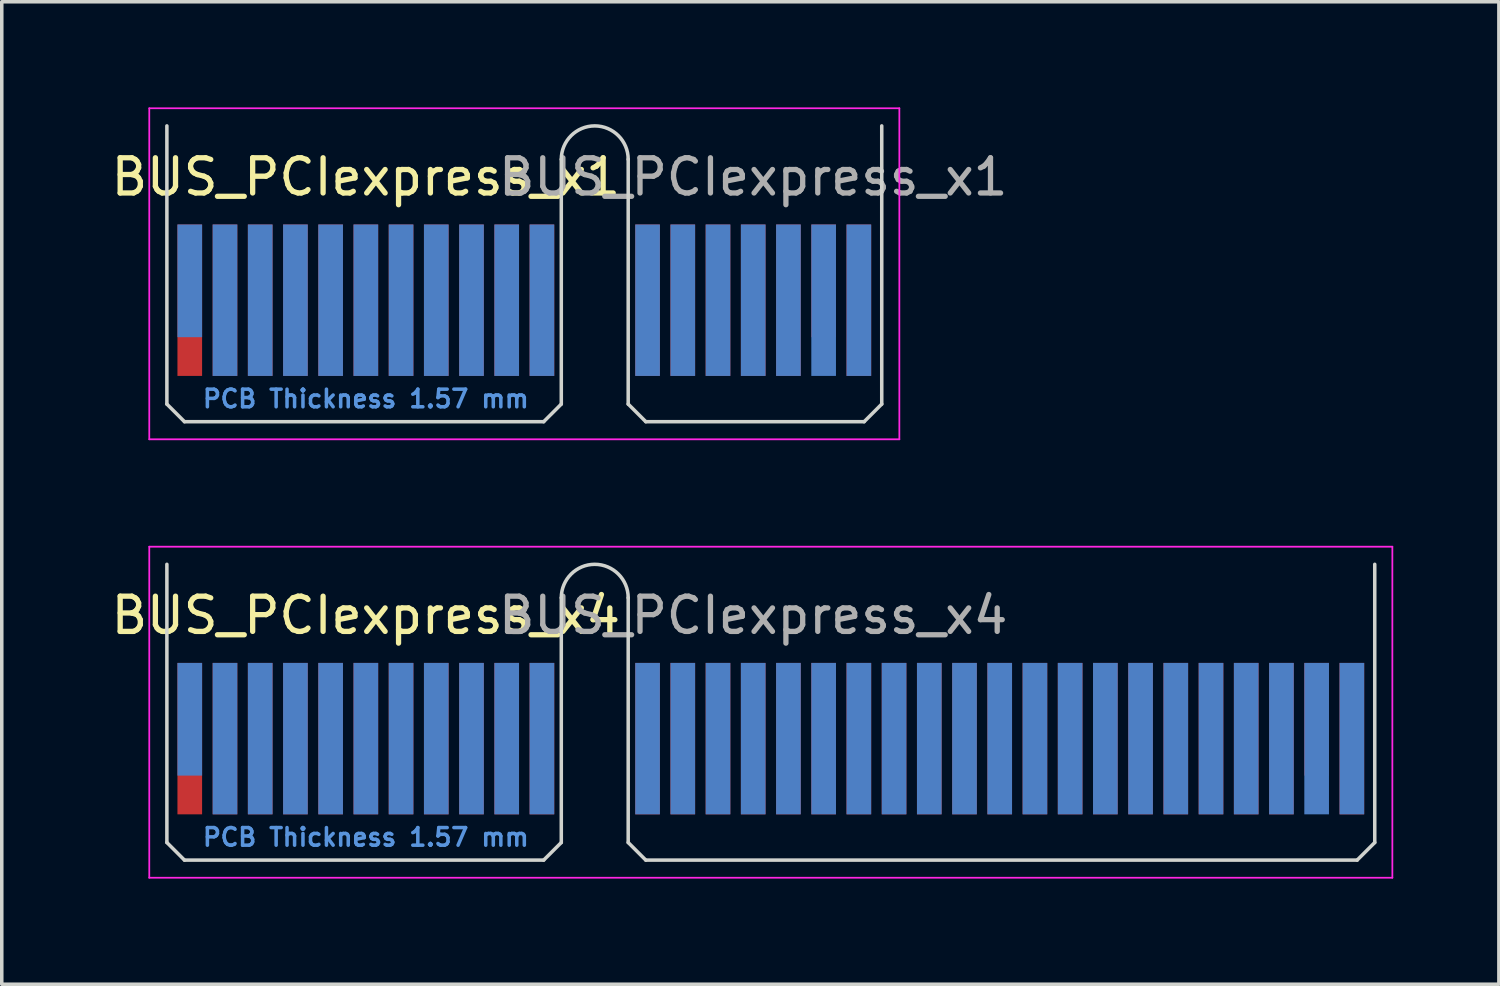
<source format=kicad_pcb>
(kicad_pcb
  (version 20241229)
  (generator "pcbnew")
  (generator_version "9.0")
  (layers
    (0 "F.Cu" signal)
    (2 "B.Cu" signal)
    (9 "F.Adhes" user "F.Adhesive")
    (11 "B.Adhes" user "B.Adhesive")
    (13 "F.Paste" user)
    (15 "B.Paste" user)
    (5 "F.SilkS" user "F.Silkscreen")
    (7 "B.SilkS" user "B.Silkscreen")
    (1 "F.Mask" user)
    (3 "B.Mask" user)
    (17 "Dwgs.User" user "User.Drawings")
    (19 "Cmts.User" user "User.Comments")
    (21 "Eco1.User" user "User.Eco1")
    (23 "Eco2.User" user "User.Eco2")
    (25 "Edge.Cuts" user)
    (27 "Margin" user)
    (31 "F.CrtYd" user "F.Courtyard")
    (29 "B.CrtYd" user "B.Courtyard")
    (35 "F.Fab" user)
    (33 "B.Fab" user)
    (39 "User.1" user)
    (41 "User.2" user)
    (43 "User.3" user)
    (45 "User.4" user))
  (footprint "BUS_PCIexpress_x1"
    (layer "F.Cu")
    (at 2.339 5.475)
    (property "Reference" "BUS_PCIexpress_x1" (at 5 -3.5 0) (layer "F.SilkS") (effects (font (size 1 1) (thickness 0.15))))
    (attr exclude_from_pos_files exclude_from_bom)
    (fp_line (start -0.65 -4.95) (end -0.65 2.95) (stroke (width 0.1) (type solid)) (layer "Edge.Cuts"))
    (fp_line (start -0.65 2.95) (end -0.15 3.45) (stroke (width 0.1) (type solid)) (layer "Edge.Cuts"))
    (fp_line (start -0.15 3.45) (end 10.05 3.45) (stroke (width 0.1) (type solid)) (layer "Edge.Cuts"))
    (fp_line (start 10.55 -4) (end 10.55 2.95) (stroke (width 0.1) (type solid)) (layer "Edge.Cuts"))
    (fp_line (start 10.55 2.95) (end 10.05 3.45) (stroke (width 0.1) (type solid)) (layer "Edge.Cuts"))
    (fp_line (start 12.45 -4) (end 12.45 2.95) (stroke (width 0.1) (type solid)) (layer "Edge.Cuts"))
    (fp_line (start 12.45 2.95) (end 12.95 3.45) (stroke (width 0.1) (type solid)) (layer "Edge.Cuts"))
    (fp_line (start 12.95 3.45) (end 19.15 3.45) (stroke (width 0.1) (type solid)) (layer "Edge.Cuts"))
    (fp_line (start 19.65 -4.95) (end 19.65 2.95) (stroke (width 0.1) (type solid)) (layer "Edge.Cuts"))
    (fp_line (start 19.65 2.95) (end 19.15 3.45) (stroke (width 0.1) (type solid)) (layer "Edge.Cuts"))
    (fp_arc (start 10.55 -4) (mid 11.5 -4.95) (end 12.45 -4) (stroke (width 0.1) (type solid)) (layer "Edge.Cuts"))
    (fp_line (start -1.15 -5.45) (end -1.15 3.95) (stroke (width 0.05) (type solid)) (layer "F.CrtYd"))
    (fp_line (start -1.15 -5.45) (end 20.15 -5.45) (stroke (width 0.05) (type solid)) (layer "F.CrtYd"))
    (fp_line (start 20.15 3.95) (end -1.15 3.95) (stroke (width 0.05) (type solid)) (layer "F.CrtYd"))
    (fp_line (start 20.15 3.95) (end 20.15 -5.45) (stroke (width 0.05) (type solid)) (layer "F.CrtYd"))
    (fp_text user "PCB Thickness 1.57 mm" (at 5 2.8 180) (layer "Cmts.User") (effects (font (size 0.5 0.5) (thickness 0.1))))
    (fp_text user "${REFERENCE}" (at 16 -3.5 0) (layer "F.Fab") (effects (font (size 1 1) (thickness 0.15))))
    (pad "A1" connect rect (at 0 -0.55) (size 0.7 3.2) (layers "B.Cu" "B.Mask"))
    (pad "A2" connect rect (at 1 0) (size 0.7 4.3) (layers "B.Cu" "B.Mask"))
    (pad "A3" connect rect (at 2 0) (size 0.7 4.3) (layers "B.Cu" "B.Mask"))
    (pad "A4" connect rect (at 3 0) (size 0.7 4.3) (layers "B.Cu" "B.Mask"))
    (pad "A5" connect rect (at 4 0) (size 0.7 4.3) (layers "B.Cu" "B.Mask"))
    (pad "A6" connect rect (at 5 0) (size 0.7 4.3) (layers "B.Cu" "B.Mask"))
    (pad "A7" connect rect (at 6 0) (size 0.7 4.3) (layers "B.Cu" "B.Mask"))
    (pad "A8" connect rect (at 7 0) (size 0.7 4.3) (layers "B.Cu" "B.Mask"))
    (pad "A9" connect rect (at 8 0) (size 0.7 4.3) (layers "B.Cu" "B.Mask"))
    (pad "A10" connect rect (at 9 0) (size 0.7 4.3) (layers "B.Cu" "B.Mask"))
    (pad "A11" connect rect (at 10 0) (size 0.7 4.3) (layers "B.Cu" "B.Mask"))
    (pad "A12" connect rect (at 13 0) (size 0.7 4.3) (layers "B.Cu" "B.Mask"))
    (pad "A13" connect rect (at 14 0) (size 0.7 4.3) (layers "B.Cu" "B.Mask"))
    (pad "A14" connect rect (at 15 0) (size 0.7 4.3) (layers "B.Cu" "B.Mask"))
    (pad "A15" connect rect (at 16 0) (size 0.7 4.3) (layers "B.Cu" "B.Mask"))
    (pad "A16" connect rect (at 17 0) (size 0.7 4.3) (layers "B.Cu" "B.Mask"))
    (pad "A17" connect rect (at 18 0) (size 0.7 4.3) (layers "B.Cu" "B.Mask"))
    (pad "A18" connect rect (at 19 0) (size 0.7 4.3) (layers "B.Cu" "B.Mask"))
    (pad "B1" connect rect (at 0 0) (size 0.7 4.3) (layers "F.Cu" "F.Mask"))
    (pad "B2" connect rect (at 1 0) (size 0.7 4.3) (layers "F.Cu" "F.Mask"))
    (pad "B3" connect rect (at 2 0) (size 0.7 4.3) (layers "F.Cu" "F.Mask"))
    (pad "B4" connect rect (at 3 0) (size 0.7 4.3) (layers "F.Cu" "F.Mask"))
    (pad "B5" connect rect (at 4 0) (size 0.7 4.3) (layers "F.Cu" "F.Mask"))
    (pad "B6" connect rect (at 5 0) (size 0.7 4.3) (layers "F.Cu" "F.Mask"))
    (pad "B7" connect rect (at 6 0) (size 0.7 4.3) (layers "F.Cu" "F.Mask"))
    (pad "B8" connect rect (at 7 0) (size 0.7 4.3) (layers "F.Cu" "F.Mask"))
    (pad "B9" connect rect (at 8 0) (size 0.7 4.3) (layers "F.Cu" "F.Mask"))
    (pad "B10" connect rect (at 9 0) (size 0.7 4.3) (layers "F.Cu" "F.Mask"))
    (pad "B11" connect rect (at 10 0) (size 0.7 4.3) (layers "F.Cu" "F.Mask"))
    (pad "B12" connect rect (at 13 0) (size 0.7 4.3) (layers "F.Cu" "F.Mask"))
    (pad "B13" connect rect (at 14 0) (size 0.7 4.3) (layers "F.Cu" "F.Mask"))
    (pad "B14" connect rect (at 15 0) (size 0.7 4.3) (layers "F.Cu" "F.Mask"))
    (pad "B15" connect rect (at 16 0) (size 0.7 4.3) (layers "F.Cu" "F.Mask"))
    (pad "B16" connect rect (at 17 0) (size 0.7 4.3) (layers "F.Cu" "F.Mask"))
    (pad "B17" connect rect (at 18 -0.55) (size 0.7 3.2) (layers "F.Cu" "F.Mask"))
    (pad "B18" connect rect (at 19 0) (size 0.7 4.3) (layers "F.Cu" "F.Mask")))
  (footprint "BUS_PCIexpress_x4"
    (layer "F.Cu")
    (at 2.339 17.925)
    (property "Reference" "BUS_PCIexpress_x4" (at 5 -3.5 0) (layer "F.SilkS") (effects (font (size 1 1) (thickness 0.15))))
    (attr exclude_from_pos_files exclude_from_bom)
    (fp_line (start -0.65 -4.95) (end -0.65 2.95) (stroke (width 0.1) (type solid)) (layer "Edge.Cuts"))
    (fp_line (start -0.65 2.95) (end -0.15 3.45) (stroke (width 0.1) (type solid)) (layer "Edge.Cuts"))
    (fp_line (start -0.15 3.45) (end 10.05 3.45) (stroke (width 0.1) (type solid)) (layer "Edge.Cuts"))
    (fp_line (start 10.55 -4) (end 10.55 2.95) (stroke (width 0.1) (type solid)) (layer "Edge.Cuts"))
    (fp_line (start 10.55 2.95) (end 10.05 3.45) (stroke (width 0.1) (type solid)) (layer "Edge.Cuts"))
    (fp_line (start 12.45 -4) (end 12.45 2.95) (stroke (width 0.1) (type solid)) (layer "Edge.Cuts"))
    (fp_line (start 12.45 2.95) (end 12.95 3.45) (stroke (width 0.1) (type solid)) (layer "Edge.Cuts"))
    (fp_line (start 12.95 3.45) (end 33.15 3.45) (stroke (width 0.1) (type solid)) (layer "Edge.Cuts"))
    (fp_line (start 33.65 -4.95) (end 33.65 2.95) (stroke (width 0.1) (type solid)) (layer "Edge.Cuts"))
    (fp_line (start 33.65 2.95) (end 33.15 3.45) (stroke (width 0.1) (type solid)) (layer "Edge.Cuts"))
    (fp_arc (start 10.55 -4) (mid 11.5 -4.95) (end 12.45 -4) (stroke (width 0.1) (type solid)) (layer "Edge.Cuts"))
    (fp_line (start -1.15 -5.45) (end -1.15 3.95) (stroke (width 0.05) (type solid)) (layer "F.CrtYd"))
    (fp_line (start -1.15 -5.45) (end 34.15 -5.45) (stroke (width 0.05) (type solid)) (layer "F.CrtYd"))
    (fp_line (start 34.15 3.95) (end -1.15 3.95) (stroke (width 0.05) (type solid)) (layer "F.CrtYd"))
    (fp_line (start 34.15 3.95) (end 34.15 -5.45) (stroke (width 0.05) (type solid)) (layer "F.CrtYd"))
    (fp_text user "PCB Thickness 1.57 mm" (at 5 2.8 180) (layer "Cmts.User") (effects (font (size 0.5 0.5) (thickness 0.1))))
    (fp_text user "${REFERENCE}" (at 16 -3.5 0) (layer "F.Fab") (effects (font (size 1 1) (thickness 0.15))))
    (pad "A1" connect rect (at 0 -0.55) (size 0.7 3.2) (layers "B.Cu" "B.Mask"))
    (pad "A2" connect rect (at 1 0) (size 0.7 4.3) (layers "B.Cu" "B.Mask"))
    (pad "A3" connect rect (at 2 0) (size 0.7 4.3) (layers "B.Cu" "B.Mask"))
    (pad "A4" connect rect (at 3 0) (size 0.7 4.3) (layers "B.Cu" "B.Mask"))
    (pad "A5" connect rect (at 4 0) (size 0.7 4.3) (layers "B.Cu" "B.Mask"))
    (pad "A6" connect rect (at 5 0) (size 0.7 4.3) (layers "B.Cu" "B.Mask"))
    (pad "A7" connect rect (at 6 0) (size 0.7 4.3) (layers "B.Cu" "B.Mask"))
    (pad "A8" connect rect (at 7 0) (size 0.7 4.3) (layers "B.Cu" "B.Mask"))
    (pad "A9" connect rect (at 8 0) (size 0.7 4.3) (layers "B.Cu" "B.Mask"))
    (pad "A10" connect rect (at 9 0) (size 0.7 4.3) (layers "B.Cu" "B.Mask"))
    (pad "A11" connect rect (at 10 0) (size 0.7 4.3) (layers "B.Cu" "B.Mask"))
    (pad "A12" connect rect (at 13 0) (size 0.7 4.3) (layers "B.Cu" "B.Mask"))
    (pad "A13" connect rect (at 14 0) (size 0.7 4.3) (layers "B.Cu" "B.Mask"))
    (pad "A14" connect rect (at 15 0) (size 0.7 4.3) (layers "B.Cu" "B.Mask"))
    (pad "A15" connect rect (at 16 0) (size 0.7 4.3) (layers "B.Cu" "B.Mask"))
    (pad "A16" connect rect (at 17 0) (size 0.7 4.3) (layers "B.Cu" "B.Mask"))
    (pad "A17" connect rect (at 18 0) (size 0.7 4.3) (layers "B.Cu" "B.Mask"))
    (pad "A18" connect rect (at 19 0) (size 0.7 4.3) (layers "B.Cu" "B.Mask"))
    (pad "A19" connect rect (at 20 0) (size 0.7 4.3) (layers "B.Cu" "B.Mask"))
    (pad "A20" connect rect (at 21 0) (size 0.7 4.3) (layers "B.Cu" "B.Mask"))
    (pad "A21" connect rect (at 22 0) (size 0.7 4.3) (layers "B.Cu" "B.Mask"))
    (pad "A22" connect rect (at 23 0) (size 0.7 4.3) (layers "B.Cu" "B.Mask"))
    (pad "A23" connect rect (at 24 0) (size 0.7 4.3) (layers "B.Cu" "B.Mask"))
    (pad "A24" connect rect (at 25 0) (size 0.7 4.3) (layers "B.Cu" "B.Mask"))
    (pad "A25" connect rect (at 26 0) (size 0.7 4.3) (layers "B.Cu" "B.Mask"))
    (pad "A26" connect rect (at 27 0) (size 0.7 4.3) (layers "B.Cu" "B.Mask"))
    (pad "A27" connect rect (at 28 0) (size 0.7 4.3) (layers "B.Cu" "B.Mask"))
    (pad "A28" connect rect (at 29 0) (size 0.7 4.3) (layers "B.Cu" "B.Mask"))
    (pad "A29" connect rect (at 30 0) (size 0.7 4.3) (layers "B.Cu" "B.Mask"))
    (pad "A30" connect rect (at 31 0) (size 0.7 4.3) (layers "B.Cu" "B.Mask"))
    (pad "A31" connect rect (at 32 0) (size 0.7 4.3) (layers "B.Cu" "B.Mask"))
    (pad "A32" connect rect (at 33 0) (size 0.7 4.3) (layers "B.Cu" "B.Mask"))
    (pad "B1" connect rect (at 0 0) (size 0.7 4.3) (layers "F.Cu" "F.Mask"))
    (pad "B2" connect rect (at 1 0) (size 0.7 4.3) (layers "F.Cu" "F.Mask"))
    (pad "B3" connect rect (at 2 0) (size 0.7 4.3) (layers "F.Cu" "F.Mask"))
    (pad "B4" connect rect (at 3 0) (size 0.7 4.3) (layers "F.Cu" "F.Mask"))
    (pad "B5" connect rect (at 4 0) (size 0.7 4.3) (layers "F.Cu" "F.Mask"))
    (pad "B6" connect rect (at 5 0) (size 0.7 4.3) (layers "F.Cu" "F.Mask"))
    (pad "B7" connect rect (at 6 0) (size 0.7 4.3) (layers "F.Cu" "F.Mask"))
    (pad "B8" connect rect (at 7 0) (size 0.7 4.3) (layers "F.Cu" "F.Mask"))
    (pad "B9" connect rect (at 8 0) (size 0.7 4.3) (layers "F.Cu" "F.Mask"))
    (pad "B10" connect rect (at 9 0) (size 0.7 4.3) (layers "F.Cu" "F.Mask"))
    (pad "B11" connect rect (at 10 0) (size 0.7 4.3) (layers "F.Cu" "F.Mask"))
    (pad "B12" connect rect (at 13 0) (size 0.7 4.3) (layers "F.Cu" "F.Mask"))
    (pad "B13" connect rect (at 14 0) (size 0.7 4.3) (layers "F.Cu" "F.Mask"))
    (pad "B14" connect rect (at 15 0) (size 0.7 4.3) (layers "F.Cu" "F.Mask"))
    (pad "B15" connect rect (at 16 0) (size 0.7 4.3) (layers "F.Cu" "F.Mask"))
    (pad "B16" connect rect (at 17 0) (size 0.7 4.3) (layers "F.Cu" "F.Mask"))
    (pad "B17" connect rect (at 18 0) (size 0.7 4.3) (layers "F.Cu" "F.Mask"))
    (pad "B18" connect rect (at 19 0) (size 0.7 4.3) (layers "F.Cu" "F.Mask"))
    (pad "B19" connect rect (at 20 0) (size 0.7 4.3) (layers "F.Cu" "F.Mask"))
    (pad "B20" connect rect (at 21 0) (size 0.7 4.3) (layers "F.Cu" "F.Mask"))
    (pad "B21" connect rect (at 22 0) (size 0.7 4.3) (layers "F.Cu" "F.Mask"))
    (pad "B22" connect rect (at 23 0) (size 0.7 4.3) (layers "F.Cu" "F.Mask"))
    (pad "B23" connect rect (at 24 0) (size 0.7 4.3) (layers "F.Cu" "F.Mask"))
    (pad "B24" connect rect (at 25 0) (size 0.7 4.3) (layers "F.Cu" "F.Mask"))
    (pad "B25" connect rect (at 26 0) (size 0.7 4.3) (layers "F.Cu" "F.Mask"))
    (pad "B26" connect rect (at 27 0) (size 0.7 4.3) (layers "F.Cu" "F.Mask"))
    (pad "B27" connect rect (at 28 0) (size 0.7 4.3) (layers "F.Cu" "F.Mask"))
    (pad "B28" connect rect (at 29 0) (size 0.7 4.3) (layers "F.Cu" "F.Mask"))
    (pad "B29" connect rect (at 30 0) (size 0.7 4.3) (layers "F.Cu" "F.Mask"))
    (pad "B30" connect rect (at 31 0) (size 0.7 4.3) (layers "F.Cu" "F.Mask"))
    (pad "B31" connect rect (at 32 -0.55) (size 0.7 3.2) (layers "F.Cu" "F.Mask"))
    (pad "B32" connect rect (at 33 0) (size 0.7 4.3) (layers "F.Cu" "F.Mask")))
  (gr_rect
    (start -3 -3)
    (end 39.514 24.9)
    (stroke (width 0.1) (type default))
    (fill no)
    (layer "Edge.Cuts")))
</source>
